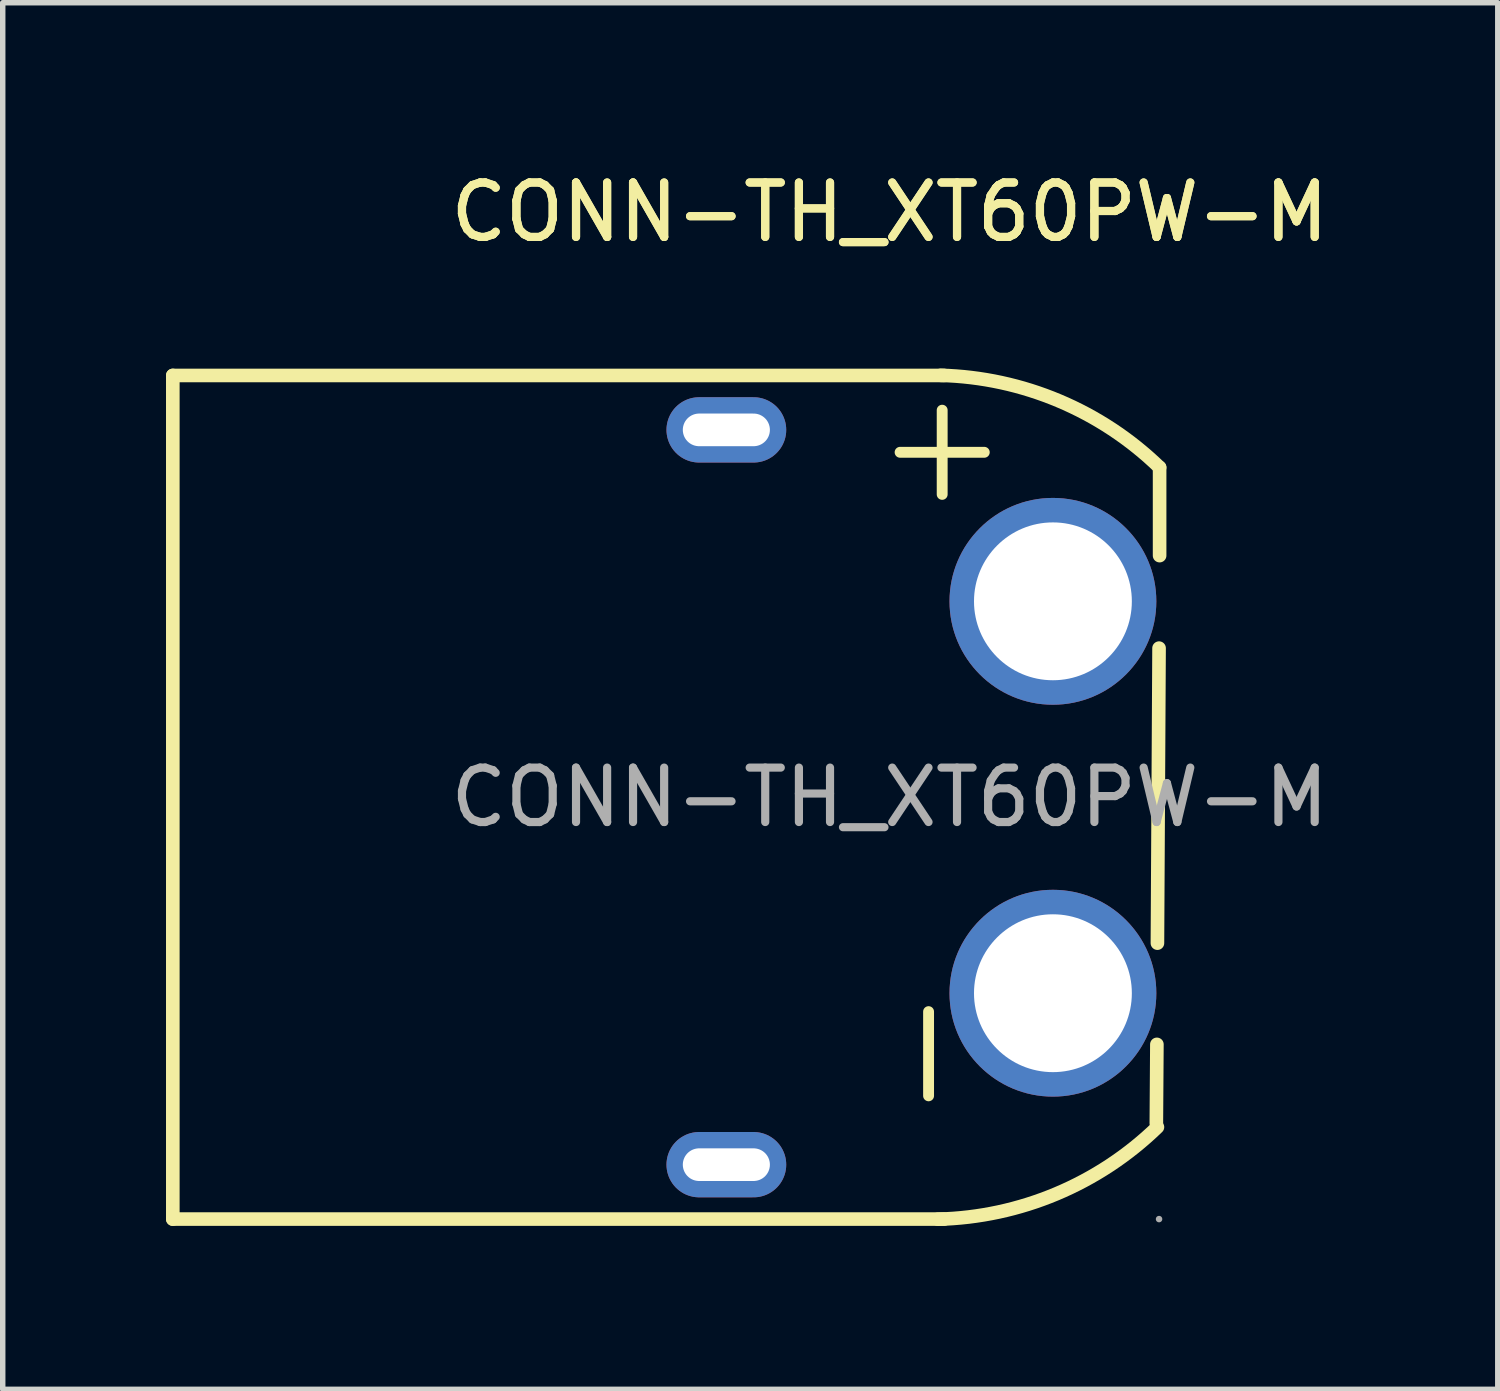
<source format=kicad_pcb>
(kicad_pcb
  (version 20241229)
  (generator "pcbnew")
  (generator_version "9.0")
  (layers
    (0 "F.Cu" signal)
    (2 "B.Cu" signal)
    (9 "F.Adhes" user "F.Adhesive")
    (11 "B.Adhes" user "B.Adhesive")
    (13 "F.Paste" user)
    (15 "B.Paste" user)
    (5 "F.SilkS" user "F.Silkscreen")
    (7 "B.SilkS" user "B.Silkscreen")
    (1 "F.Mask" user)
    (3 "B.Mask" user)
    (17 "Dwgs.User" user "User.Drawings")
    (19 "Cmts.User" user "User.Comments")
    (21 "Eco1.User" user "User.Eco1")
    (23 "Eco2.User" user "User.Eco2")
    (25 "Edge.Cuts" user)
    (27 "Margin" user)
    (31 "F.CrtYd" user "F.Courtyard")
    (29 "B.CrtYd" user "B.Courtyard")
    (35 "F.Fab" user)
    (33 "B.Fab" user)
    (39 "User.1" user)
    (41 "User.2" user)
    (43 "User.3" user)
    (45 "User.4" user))
  (footprint "CONN-TH_XT60PW-M"
    (layer "F.Cu")
    (at 13.295 11.598)
    (property "Reference" "CONN-TH_XT60PW-M" (at 0 -10.75 0) (layer "F.SilkS") (effects (font (size 1 1) (thickness 0.15))))
    (attr through_hole)
    (fp_line (start -13.17 -7.75) (end 1 -7.75) (stroke (width 0.25) (type solid)) (layer "F.SilkS"))
    (fp_line (start -13.17 7.75) (end -13.17 -7.75) (stroke (width 0.25) (type solid)) (layer "F.SilkS"))
    (fp_line (start -13.17 7.75) (end 1 7.75) (stroke (width 0.25) (type solid)) (layer "F.SilkS"))
    (fp_line (start 4.91 4.54) (end 4.9 5.99) (stroke (width 0.25) (type solid)) (layer "F.SilkS"))
    (fp_line (start 4.95 -2.74) (end 4.92 2.68) (stroke (width 0.25) (type solid)) (layer "F.SilkS"))
    (fp_line (start 4.96 -6.06) (end 4.96 -4.44) (stroke (width 0.25) (type solid)) (layer "F.SilkS"))
    (fp_arc (start 0.937455 -7.751975) (mid 3.107891 -7.284386) (end 4.96 -6.06) (stroke (width 0.25) (type solid)) (layer "F.SilkS"))
    (fp_arc (start 4.92 6.06) (mid 3.063543 7.286212) (end 0.888027 7.752215) (stroke (width 0.25) (type solid)) (layer "F.SilkS"))
    (fp_circle (center 3 -3.6) (end 3.5 -3.6) (stroke (width 1) (type solid)) (fill no) (layer "F.Fab"))
    (fp_circle (center 3 3.6) (end 3.5 3.6) (stroke (width 1) (type solid)) (fill no) (layer "F.Fab"))
    (fp_circle (center 4.95 7.75) (end 4.98 7.75) (stroke (width 0.06) (type solid)) (fill no) (layer "F.Fab"))
    (fp_text user "${REFERENCE}" (at 0 -10.75 0) (layer "F.SilkS") (effects (font (size 1 1) (thickness 0.15))))
    (fp_text user "-" (at 0.56 6.1 90) (layer "F.SilkS") (effects (font (size 2.03 2.03) (thickness 0.2)) (justify left)))
    (fp_text user "+" (at 0.81 -4.95 90) (layer "F.SilkS") (effects (font (size 2.03 2.03) (thickness 0.2)) (justify left)))
    (fp_text user "${REFERENCE}" (at 0 0 0) (layer "F.Fab") (effects (font (size 1 1) (thickness 0.15))))
    (pad "1" thru_hole circle (at 3 3.6 90) (size 3.8 3.8) (drill 2.9) (layers "*.Cu" "*.Mask"))
    (pad "2" thru_hole circle (at 3 -3.6 90) (size 3.8 3.8) (drill 2.9) (layers "*.Cu" "*.Mask"))
    (pad "3" thru_hole oval (at -3 -6.75 90) (size 1.2 2.2) (drill oval 0.6 1.6) (layers "*.Cu" "*.Mask"))
    (pad "4" thru_hole oval (at -3 6.75 90) (size 1.2 2.2) (drill oval 0.6 1.6) (layers "*.Cu" "*.Mask")))
  (gr_rect
    (start -3 -3)
    (end 24.468 22.475)
    (stroke (width 0.1) (type default))
    (fill no)
    (layer "Edge.Cuts")))
</source>
